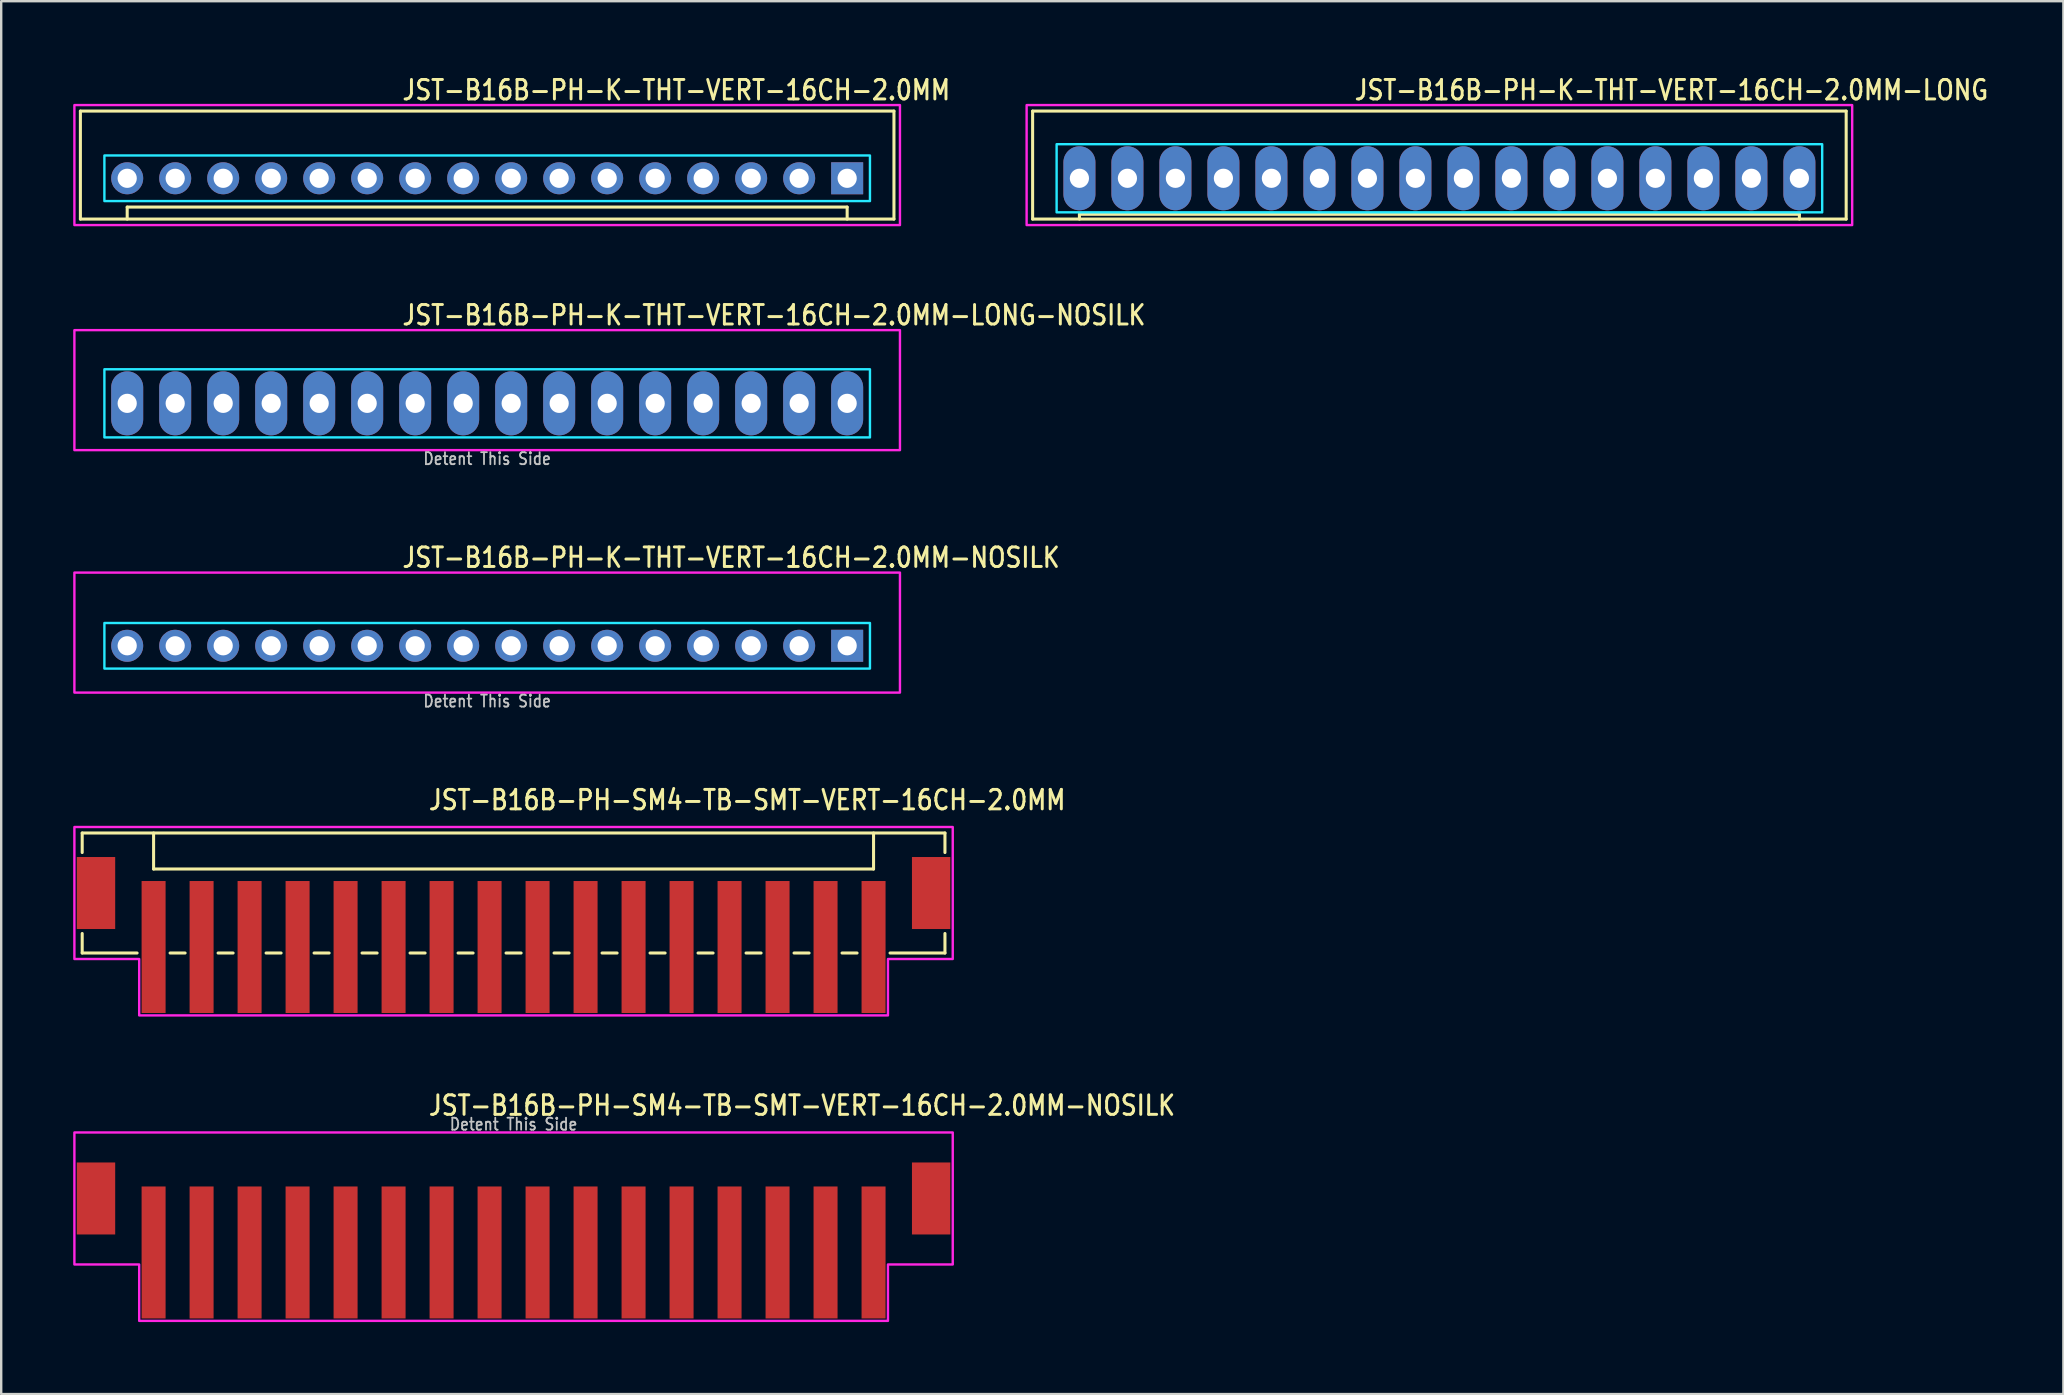
<source format=kicad_pcb>
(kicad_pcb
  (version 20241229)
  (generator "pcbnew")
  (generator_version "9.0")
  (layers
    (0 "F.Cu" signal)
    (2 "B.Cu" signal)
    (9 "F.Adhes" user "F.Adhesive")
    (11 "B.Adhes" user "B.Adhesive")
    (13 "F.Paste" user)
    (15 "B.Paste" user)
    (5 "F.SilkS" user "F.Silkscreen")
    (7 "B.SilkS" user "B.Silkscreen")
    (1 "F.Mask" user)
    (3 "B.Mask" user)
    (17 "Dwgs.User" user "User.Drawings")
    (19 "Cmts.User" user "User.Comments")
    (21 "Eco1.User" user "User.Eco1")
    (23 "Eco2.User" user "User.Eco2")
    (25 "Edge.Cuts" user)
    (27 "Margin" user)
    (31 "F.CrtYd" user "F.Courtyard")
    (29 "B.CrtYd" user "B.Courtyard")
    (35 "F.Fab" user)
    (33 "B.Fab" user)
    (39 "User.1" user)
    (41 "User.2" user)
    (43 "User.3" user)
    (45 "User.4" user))
  (footprint "JST-B16B-PH-K-THT-VERT-16CH-2.0MM-LONG-NOSILK"
    (layer "F.Cu")
    (at 17.25 13.757)
    (property "Reference" "JST-B16B-PH-K-THT-VERT-16CH-2.0MM-LONG-NOSILK" (at -3.6 -3.2 0) (unlocked yes) (layer "F.SilkS") (effects (font (size 0.813 0.695) (thickness 0.122)) (justify left bottom)))
    (fp_poly (pts (xy -15.95 -1.42) (xy -15.95 1.42) (xy 15.95 1.42) (xy 15.95 -1.42)) (stroke (width 0.1) (type solid)) (fill no) (layer "B.CrtYd"))
    (fp_poly (pts (xy -17.2 1.95) (xy -17.2 -3.05) (xy 17.2 -3.05) (xy 17.2 1.95)) (stroke (width 0.1) (type solid)) (fill no) (layer "F.CrtYd"))
    (fp_text user "Detent This Side" (at 0 2.6 0) (unlocked yes) (layer "Dwgs.User") (effects (font (size 0.5 0.427) (thickness 0.075)) (justify bottom)))
    (pad "1" thru_hole oval (at 15 0 90) (size 2.667 1.333) (drill 0.8) (layers "*.Cu" "*.Mask"))
    (pad "2" thru_hole oval (at 13 0 90) (size 2.667 1.333) (drill 0.8) (layers "*.Cu" "*.Mask"))
    (pad "3" thru_hole oval (at 11 0 90) (size 2.667 1.333) (drill 0.8) (layers "*.Cu" "*.Mask"))
    (pad "4" thru_hole oval (at 9 0 90) (size 2.667 1.333) (drill 0.8) (layers "*.Cu" "*.Mask"))
    (pad "5" thru_hole oval (at 7 0 90) (size 2.667 1.333) (drill 0.8) (layers "*.Cu" "*.Mask"))
    (pad "6" thru_hole oval (at 5 0 90) (size 2.667 1.333) (drill 0.8) (layers "*.Cu" "*.Mask"))
    (pad "7" thru_hole oval (at 3 0 90) (size 2.667 1.333) (drill 0.8) (layers "*.Cu" "*.Mask"))
    (pad "8" thru_hole oval (at 1 0 90) (size 2.667 1.333) (drill 0.8) (layers "*.Cu" "*.Mask"))
    (pad "9" thru_hole oval (at -1 0 90) (size 2.667 1.333) (drill 0.8) (layers "*.Cu" "*.Mask"))
    (pad "10" thru_hole oval (at -3 0 90) (size 2.667 1.333) (drill 0.8) (layers "*.Cu" "*.Mask"))
    (pad "11" thru_hole oval (at -5 0 90) (size 2.667 1.333) (drill 0.8) (layers "*.Cu" "*.Mask"))
    (pad "12" thru_hole oval (at -7 0 90) (size 2.667 1.333) (drill 0.8) (layers "*.Cu" "*.Mask"))
    (pad "13" thru_hole oval (at -9 0 90) (size 2.667 1.333) (drill 0.8) (layers "*.Cu" "*.Mask"))
    (pad "14" thru_hole oval (at -11 0 90) (size 2.667 1.333) (drill 0.8) (layers "*.Cu" "*.Mask"))
    (pad "15" thru_hole oval (at -13 0 90) (size 2.667 1.333) (drill 0.8) (layers "*.Cu" "*.Mask"))
    (pad "16" thru_hole oval (at -15 0 90) (size 2.667 1.333) (drill 0.8) (layers "*.Cu" "*.Mask")))
  (footprint "JST-B16B-PH-K-THT-VERT-16CH-2.0MM-NOSILK"
    (layer "F.Cu")
    (at 17.25 23.859)
    (property "Reference" "JST-B16B-PH-K-THT-VERT-16CH-2.0MM-NOSILK" (at -3.6 -3.2 0) (unlocked yes) (layer "F.SilkS") (effects (font (size 0.813 0.695) (thickness 0.122)) (justify left bottom)))
    (fp_poly (pts (xy -15.95 -0.95) (xy -15.95 0.95) (xy 15.95 0.95) (xy 15.95 -0.95)) (stroke (width 0.1) (type solid)) (fill no) (layer "B.CrtYd"))
    (fp_poly (pts (xy -17.2 1.95) (xy -17.2 -3.05) (xy 17.2 -3.05) (xy 17.2 1.95)) (stroke (width 0.1) (type solid)) (fill no) (layer "F.CrtYd"))
    (fp_text user "Detent This Side" (at 0 2.6 0) (unlocked yes) (layer "Dwgs.User") (effects (font (size 0.5 0.427) (thickness 0.075)) (justify bottom)))
    (pad "1" thru_hole rect (at 15 0) (size 1.333 1.333) (drill 0.8) (layers "*.Cu" "*.Mask"))
    (pad "2" thru_hole oval (at 13 0) (size 1.333 1.333) (drill 0.8) (layers "*.Cu" "*.Mask"))
    (pad "3" thru_hole oval (at 11 0) (size 1.333 1.333) (drill 0.8) (layers "*.Cu" "*.Mask"))
    (pad "4" thru_hole oval (at 9 0) (size 1.333 1.333) (drill 0.8) (layers "*.Cu" "*.Mask"))
    (pad "5" thru_hole oval (at 7 0) (size 1.333 1.333) (drill 0.8) (layers "*.Cu" "*.Mask"))
    (pad "6" thru_hole oval (at 5 0) (size 1.333 1.333) (drill 0.8) (layers "*.Cu" "*.Mask"))
    (pad "7" thru_hole oval (at 3 0) (size 1.333 1.333) (drill 0.8) (layers "*.Cu" "*.Mask"))
    (pad "8" thru_hole oval (at 1 0) (size 1.333 1.333) (drill 0.8) (layers "*.Cu" "*.Mask"))
    (pad "9" thru_hole oval (at -1 0) (size 1.333 1.333) (drill 0.8) (layers "*.Cu" "*.Mask"))
    (pad "10" thru_hole oval (at -3 0) (size 1.333 1.333) (drill 0.8) (layers "*.Cu" "*.Mask"))
    (pad "11" thru_hole oval (at -5 0) (size 1.333 1.333) (drill 0.8) (layers "*.Cu" "*.Mask"))
    (pad "12" thru_hole oval (at -7 0) (size 1.333 1.333) (drill 0.8) (layers "*.Cu" "*.Mask"))
    (pad "13" thru_hole oval (at -9 0) (size 1.333 1.333) (drill 0.8) (layers "*.Cu" "*.Mask"))
    (pad "14" thru_hole oval (at -11 0) (size 1.333 1.333) (drill 0.8) (layers "*.Cu" "*.Mask"))
    (pad "15" thru_hole oval (at -13 0) (size 1.333 1.333) (drill 0.8) (layers "*.Cu" "*.Mask"))
    (pad "16" thru_hole oval (at -15 0) (size 1.333 1.333) (drill 0.8) (layers "*.Cu" "*.Mask")))
  (footprint "JST-B16B-PH-SM4-TB-SMT-VERT-16CH-2.0MM-NOSILK"
    (layer "F.Cu")
    (at 18.35 46.889)
    (property "Reference" "JST-B16B-PH-SM4-TB-SMT-VERT-16CH-2.0MM-NOSILK" (at -3.6 -3.4 0) (unlocked yes) (layer "F.SilkS") (effects (font (size 0.813 0.695) (thickness 0.122)) (justify left bottom)))
    (fp_poly (pts (xy -18.3 -2.75) (xy -18.3 2.75) (xy -15.6 2.75) (xy -15.6 5.1) (xy 15.6 5.1) (xy 15.6 2.75) (xy 18.3 2.75) (xy 18.3 -2.75)) (stroke (width 0.1) (type solid)) (fill no) (layer "F.CrtYd"))
    (fp_text user "Detent This Side" (at 0 -2.8 0) (unlocked yes) (layer "Dwgs.User") (effects (font (size 0.5 0.427) (thickness 0.075)) (justify bottom)))
    (pad "1" smd rect (at -15 2.25) (size 1 5.5) (layers "F.Cu" "F.Mask" "F.Paste"))
    (pad "2" smd rect (at -13 2.25) (size 1 5.5) (layers "F.Cu" "F.Mask" "F.Paste"))
    (pad "3" smd rect (at -11 2.25) (size 1 5.5) (layers "F.Cu" "F.Mask" "F.Paste"))
    (pad "4" smd rect (at -9 2.25) (size 1 5.5) (layers "F.Cu" "F.Mask" "F.Paste"))
    (pad "5" smd rect (at -7 2.25) (size 1 5.5) (layers "F.Cu" "F.Mask" "F.Paste"))
    (pad "6" smd rect (at -5 2.25) (size 1 5.5) (layers "F.Cu" "F.Mask" "F.Paste"))
    (pad "7" smd rect (at -3 2.25) (size 1 5.5) (layers "F.Cu" "F.Mask" "F.Paste"))
    (pad "8" smd rect (at -1 2.25) (size 1 5.5) (layers "F.Cu" "F.Mask" "F.Paste"))
    (pad "9" smd rect (at 1 2.25) (size 1 5.5) (layers "F.Cu" "F.Mask" "F.Paste"))
    (pad "10" smd rect (at 3 2.25) (size 1 5.5) (layers "F.Cu" "F.Mask" "F.Paste"))
    (pad "11" smd rect (at 5 2.25) (size 1 5.5) (layers "F.Cu" "F.Mask" "F.Paste"))
    (pad "12" smd rect (at 7 2.25) (size 1 5.5) (layers "F.Cu" "F.Mask" "F.Paste"))
    (pad "13" smd rect (at 9 2.25) (size 1 5.5) (layers "F.Cu" "F.Mask" "F.Paste"))
    (pad "14" smd rect (at 11 2.25) (size 1 5.5) (layers "F.Cu" "F.Mask" "F.Paste"))
    (pad "15" smd rect (at 13 2.25) (size 1 5.5) (layers "F.Cu" "F.Mask" "F.Paste"))
    (pad "16" smd rect (at 15 2.25) (size 1 5.5) (layers "F.Cu" "F.Mask" "F.Paste"))
    (pad "S_1" smd rect (at -17.4 0) (size 1.6 3) (layers "F.Cu" "F.Mask" "F.Paste"))
    (pad "S_2" smd rect (at 17.4 0) (size 1.6 3) (layers "F.Cu" "F.Mask" "F.Paste")))
  (footprint "JST-B16B-PH-K-THT-VERT-16CH-2.0MM"
    (layer "F.Cu")
    (at 17.25 4.379)
    (property "Reference" "JST-B16B-PH-K-THT-VERT-16CH-2.0MM" (at -3.6 -3.2 0) (unlocked yes) (layer "F.SilkS") (effects (font (size 0.813 0.695) (thickness 0.122)) (justify left bottom)))
    (fp_line (start -16.95 -2.8) (end -16.95 1.7) (stroke (width 0.127) (type solid)) (layer "F.SilkS"))
    (fp_line (start -16.95 -2.8) (end 16.95 -2.8) (stroke (width 0.127) (type solid)) (layer "F.SilkS"))
    (fp_line (start -16.95 1.7) (end 16.95 1.7) (stroke (width 0.127) (type solid)) (layer "F.SilkS"))
    (fp_line (start -15 1.7) (end -15 1.2) (stroke (width 0.127) (type solid)) (layer "F.SilkS"))
    (fp_line (start 15 1.2) (end -15 1.2) (stroke (width 0.127) (type solid)) (layer "F.SilkS"))
    (fp_line (start 15 1.7) (end 15 1.2) (stroke (width 0.127) (type solid)) (layer "F.SilkS"))
    (fp_line (start 16.95 1.7) (end 16.95 -2.8) (stroke (width 0.127) (type solid)) (layer "F.SilkS"))
    (fp_poly (pts (xy -15.95 -0.95) (xy -15.95 0.95) (xy 15.95 0.95) (xy 15.95 -0.95)) (stroke (width 0.1) (type solid)) (fill no) (layer "B.CrtYd"))
    (fp_poly (pts (xy -17.2 1.95) (xy -17.2 -3.05) (xy 17.2 -3.05) (xy 17.2 1.95)) (stroke (width 0.1) (type solid)) (fill no) (layer "F.CrtYd"))
    (pad "1" thru_hole rect (at 15 0) (size 1.333 1.333) (drill 0.8) (layers "*.Cu" "*.Mask"))
    (pad "2" thru_hole oval (at 13 0) (size 1.333 1.333) (drill 0.8) (layers "*.Cu" "*.Mask"))
    (pad "3" thru_hole oval (at 11 0) (size 1.333 1.333) (drill 0.8) (layers "*.Cu" "*.Mask"))
    (pad "4" thru_hole oval (at 9 0) (size 1.333 1.333) (drill 0.8) (layers "*.Cu" "*.Mask"))
    (pad "5" thru_hole oval (at 7 0) (size 1.333 1.333) (drill 0.8) (layers "*.Cu" "*.Mask"))
    (pad "6" thru_hole oval (at 5 0) (size 1.333 1.333) (drill 0.8) (layers "*.Cu" "*.Mask"))
    (pad "7" thru_hole oval (at 3 0) (size 1.333 1.333) (drill 0.8) (layers "*.Cu" "*.Mask"))
    (pad "8" thru_hole oval (at 1 0) (size 1.333 1.333) (drill 0.8) (layers "*.Cu" "*.Mask"))
    (pad "9" thru_hole oval (at -1 0) (size 1.333 1.333) (drill 0.8) (layers "*.Cu" "*.Mask"))
    (pad "10" thru_hole oval (at -3 0) (size 1.333 1.333) (drill 0.8) (layers "*.Cu" "*.Mask"))
    (pad "11" thru_hole oval (at -5 0) (size 1.333 1.333) (drill 0.8) (layers "*.Cu" "*.Mask"))
    (pad "12" thru_hole oval (at -7 0) (size 1.333 1.333) (drill 0.8) (layers "*.Cu" "*.Mask"))
    (pad "13" thru_hole oval (at -9 0) (size 1.333 1.333) (drill 0.8) (layers "*.Cu" "*.Mask"))
    (pad "14" thru_hole oval (at -11 0) (size 1.333 1.333) (drill 0.8) (layers "*.Cu" "*.Mask"))
    (pad "15" thru_hole oval (at -13 0) (size 1.333 1.333) (drill 0.8) (layers "*.Cu" "*.Mask"))
    (pad "16" thru_hole oval (at -15 0) (size 1.333 1.333) (drill 0.8) (layers "*.Cu" "*.Mask")))
  (footprint "JST-B16B-PH-K-THT-VERT-16CH-2.0MM-LONG"
    (layer "F.Cu")
    (at 56.928 4.379)
    (property "Reference" "JST-B16B-PH-K-THT-VERT-16CH-2.0MM-LONG" (at -3.6 -3.2 0) (unlocked yes) (layer "F.SilkS") (effects (font (size 0.813 0.695) (thickness 0.122)) (justify left bottom)))
    (fp_line (start -16.95 -2.8) (end -16.95 1.7) (stroke (width 0.127) (type solid)) (layer "F.SilkS"))
    (fp_line (start -16.95 -2.8) (end 16.95 -2.8) (stroke (width 0.127) (type solid)) (layer "F.SilkS"))
    (fp_line (start -16.95 1.7) (end 16.95 1.7) (stroke (width 0.127) (type solid)) (layer "F.SilkS"))
    (fp_line (start -15 1.7) (end -15 1.5) (stroke (width 0.127) (type solid)) (layer "F.SilkS"))
    (fp_line (start 15 1.5) (end -15 1.5) (stroke (width 0.127) (type solid)) (layer "F.SilkS"))
    (fp_line (start 15 1.7) (end 15 1.5) (stroke (width 0.127) (type solid)) (layer "F.SilkS"))
    (fp_line (start 16.95 1.7) (end 16.95 -2.8) (stroke (width 0.127) (type solid)) (layer "F.SilkS"))
    (fp_poly (pts (xy -15.95 -1.42) (xy -15.95 1.42) (xy 15.95 1.42) (xy 15.95 -1.42)) (stroke (width 0.1) (type solid)) (fill no) (layer "B.CrtYd"))
    (fp_poly (pts (xy -17.2 1.95) (xy -17.2 -3.05) (xy 17.2 -3.05) (xy 17.2 1.95)) (stroke (width 0.1) (type solid)) (fill no) (layer "F.CrtYd"))
    (pad "1" thru_hole oval (at 15 0 90) (size 2.667 1.333) (drill 0.8) (layers "*.Cu" "*.Mask"))
    (pad "2" thru_hole oval (at 13 0 90) (size 2.667 1.333) (drill 0.8) (layers "*.Cu" "*.Mask"))
    (pad "3" thru_hole oval (at 11 0 90) (size 2.667 1.333) (drill 0.8) (layers "*.Cu" "*.Mask"))
    (pad "4" thru_hole oval (at 9 0 90) (size 2.667 1.333) (drill 0.8) (layers "*.Cu" "*.Mask"))
    (pad "5" thru_hole oval (at 7 0 90) (size 2.667 1.333) (drill 0.8) (layers "*.Cu" "*.Mask"))
    (pad "6" thru_hole oval (at 5 0 90) (size 2.667 1.333) (drill 0.8) (layers "*.Cu" "*.Mask"))
    (pad "7" thru_hole oval (at 3 0 90) (size 2.667 1.333) (drill 0.8) (layers "*.Cu" "*.Mask"))
    (pad "8" thru_hole oval (at 1 0 90) (size 2.667 1.333) (drill 0.8) (layers "*.Cu" "*.Mask"))
    (pad "9" thru_hole oval (at -1 0 90) (size 2.667 1.333) (drill 0.8) (layers "*.Cu" "*.Mask"))
    (pad "10" thru_hole oval (at -3 0 90) (size 2.667 1.333) (drill 0.8) (layers "*.Cu" "*.Mask"))
    (pad "11" thru_hole oval (at -5 0 90) (size 2.667 1.333) (drill 0.8) (layers "*.Cu" "*.Mask"))
    (pad "12" thru_hole oval (at -7 0 90) (size 2.667 1.333) (drill 0.8) (layers "*.Cu" "*.Mask"))
    (pad "13" thru_hole oval (at -9 0 90) (size 2.667 1.333) (drill 0.8) (layers "*.Cu" "*.Mask"))
    (pad "14" thru_hole oval (at -11 0 90) (size 2.667 1.333) (drill 0.8) (layers "*.Cu" "*.Mask"))
    (pad "15" thru_hole oval (at -13 0 90) (size 2.667 1.333) (drill 0.8) (layers "*.Cu" "*.Mask"))
    (pad "16" thru_hole oval (at -15 0 90) (size 2.667 1.333) (drill 0.8) (layers "*.Cu" "*.Mask")))
  (footprint "JST-B16B-PH-SM4-TB-SMT-VERT-16CH-2.0MM"
    (layer "F.Cu")
    (at 18.35 34.161)
    (property "Reference" "JST-B16B-PH-SM4-TB-SMT-VERT-16CH-2.0MM" (at -3.6 -3.4 0) (unlocked yes) (layer "F.SilkS") (effects (font (size 0.813 0.695) (thickness 0.122)) (justify left bottom)))
    (fp_line (start -17.975 -2.5) (end -17.975 -1.687) (stroke (width 0.127) (type solid)) (layer "F.SilkS"))
    (fp_line (start -17.975 -2.5) (end 17.975 -2.5) (stroke (width 0.127) (type solid)) (layer "F.SilkS"))
    (fp_line (start -17.975 2.5) (end -17.975 1.687) (stroke (width 0.127) (type solid)) (layer "F.SilkS"))
    (fp_line (start -17.975 2.5) (end -15.687 2.5) (stroke (width 0.127) (type solid)) (layer "F.SilkS"))
    (fp_line (start -15 -2.5) (end -15 -1) (stroke (width 0.127) (type solid)) (layer "F.SilkS"))
    (fp_line (start -15 -1) (end 15 -1) (stroke (width 0.127) (type solid)) (layer "F.SilkS"))
    (fp_line (start -14.313 2.5) (end -13.687 2.5) (stroke (width 0.127) (type solid)) (layer "F.SilkS"))
    (fp_line (start -12.313 2.5) (end -11.687 2.5) (stroke (width 0.127) (type solid)) (layer "F.SilkS"))
    (fp_line (start -10.313 2.5) (end -9.687 2.5) (stroke (width 0.127) (type solid)) (layer "F.SilkS"))
    (fp_line (start -8.313 2.5) (end -7.686 2.5) (stroke (width 0.127) (type solid)) (layer "F.SilkS"))
    (fp_line (start -6.314 2.5) (end -5.686 2.5) (stroke (width 0.127) (type solid)) (layer "F.SilkS"))
    (fp_line (start -4.314 2.5) (end -3.687 2.5) (stroke (width 0.127) (type solid)) (layer "F.SilkS"))
    (fp_line (start -2.313 2.5) (end -1.687 2.5) (stroke (width 0.127) (type solid)) (layer "F.SilkS"))
    (fp_line (start -0.314 2.5) (end 0.314 2.5) (stroke (width 0.127) (type solid)) (layer "F.SilkS"))
    (fp_line (start 1.687 2.5) (end 2.313 2.5) (stroke (width 0.127) (type solid)) (layer "F.SilkS"))
    (fp_line (start 3.687 2.5) (end 4.314 2.5) (stroke (width 0.127) (type solid)) (layer "F.SilkS"))
    (fp_line (start 5.686 2.5) (end 6.314 2.5) (stroke (width 0.127) (type solid)) (layer "F.SilkS"))
    (fp_line (start 7.686 2.5) (end 8.313 2.5) (stroke (width 0.127) (type solid)) (layer "F.SilkS"))
    (fp_line (start 9.687 2.5) (end 10.313 2.5) (stroke (width 0.127) (type solid)) (layer "F.SilkS"))
    (fp_line (start 11.687 2.5) (end 12.313 2.5) (stroke (width 0.127) (type solid)) (layer "F.SilkS"))
    (fp_line (start 13.687 2.5) (end 14.313 2.5) (stroke (width 0.127) (type solid)) (layer "F.SilkS"))
    (fp_line (start 15 -1) (end 15 -2.5) (stroke (width 0.127) (type solid)) (layer "F.SilkS"))
    (fp_line (start 15.687 2.5) (end 17.975 2.5) (stroke (width 0.127) (type solid)) (layer "F.SilkS"))
    (fp_line (start 17.975 -1.687) (end 17.975 -2.5) (stroke (width 0.127) (type solid)) (layer "F.SilkS"))
    (fp_line (start 17.975 1.687) (end 17.975 2.5) (stroke (width 0.127) (type solid)) (layer "F.SilkS"))
    (fp_poly (pts (xy -18.3 -2.75) (xy -18.3 2.75) (xy -15.6 2.75) (xy -15.6 5.1) (xy 15.6 5.1) (xy 15.6 2.75) (xy 18.3 2.75) (xy 18.3 -2.75)) (stroke (width 0.1) (type solid)) (fill no) (layer "F.CrtYd"))
    (pad "1" smd rect (at -15 2.25) (size 1 5.5) (layers "F.Cu" "F.Mask" "F.Paste"))
    (pad "2" smd rect (at -13 2.25) (size 1 5.5) (layers "F.Cu" "F.Mask" "F.Paste"))
    (pad "3" smd rect (at -11 2.25) (size 1 5.5) (layers "F.Cu" "F.Mask" "F.Paste"))
    (pad "4" smd rect (at -9 2.25) (size 1 5.5) (layers "F.Cu" "F.Mask" "F.Paste"))
    (pad "5" smd rect (at -7 2.25) (size 1 5.5) (layers "F.Cu" "F.Mask" "F.Paste"))
    (pad "6" smd rect (at -5 2.25) (size 1 5.5) (layers "F.Cu" "F.Mask" "F.Paste"))
    (pad "7" smd rect (at -3 2.25) (size 1 5.5) (layers "F.Cu" "F.Mask" "F.Paste"))
    (pad "8" smd rect (at -1 2.25) (size 1 5.5) (layers "F.Cu" "F.Mask" "F.Paste"))
    (pad "9" smd rect (at 1 2.25) (size 1 5.5) (layers "F.Cu" "F.Mask" "F.Paste"))
    (pad "10" smd rect (at 3 2.25) (size 1 5.5) (layers "F.Cu" "F.Mask" "F.Paste"))
    (pad "11" smd rect (at 5 2.25) (size 1 5.5) (layers "F.Cu" "F.Mask" "F.Paste"))
    (pad "12" smd rect (at 7 2.25) (size 1 5.5) (layers "F.Cu" "F.Mask" "F.Paste"))
    (pad "13" smd rect (at 9 2.25) (size 1 5.5) (layers "F.Cu" "F.Mask" "F.Paste"))
    (pad "14" smd rect (at 11 2.25) (size 1 5.5) (layers "F.Cu" "F.Mask" "F.Paste"))
    (pad "15" smd rect (at 13 2.25) (size 1 5.5) (layers "F.Cu" "F.Mask" "F.Paste"))
    (pad "16" smd rect (at 15 2.25) (size 1 5.5) (layers "F.Cu" "F.Mask" "F.Paste"))
    (pad "S_1" smd rect (at -17.4 0) (size 1.6 3) (layers "F.Cu" "F.Mask" "F.Paste"))
    (pad "S_2" smd rect (at 17.4 0) (size 1.6 3) (layers "F.Cu" "F.Mask" "F.Paste")))
  (gr_rect
    (start -3 -3)
    (end 82.929 55.039)
    (stroke (width 0.1) (type default))
    (fill no)
    (layer "Edge.Cuts")))
</source>
